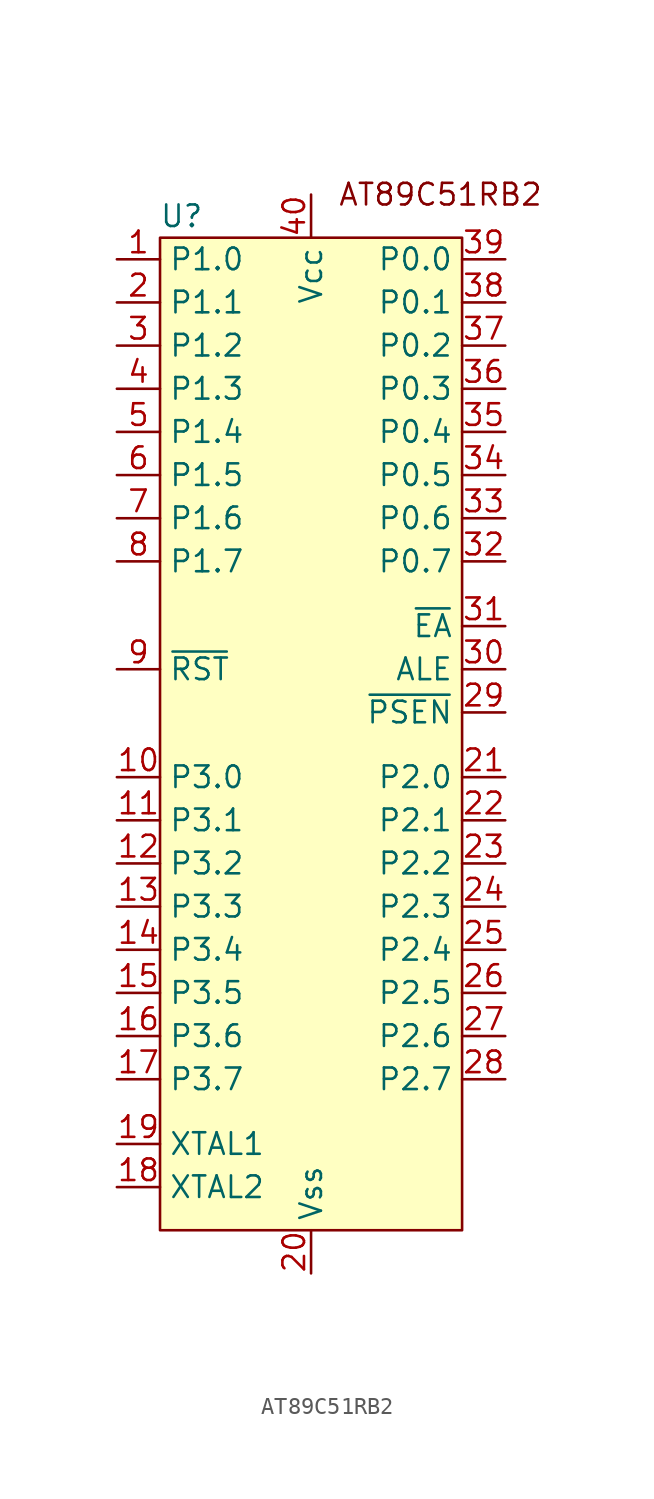
<source format=kicad_sym>
(kicad_symbol_lib
  (version 20220914)
  (generator kicad_symbol_editor)
  (symbol "AT89C51RB2"
    (property "Reference" "U"
      (at -6.35 27.94 0)
      (effects (font (size 1.27 1.27))))
    (property "Value" ""
      (at -3.81 20.32 0)
      (effects (font (size 1.27 1.27))))
    (symbol "AT89C51RB2_1_1"
      (rectangle (start -7.62 26.67) (end 10.16 -31.75) (stroke (width 0) (type default)) (fill (type background)))
      (text "AT89C51RB2" (at 8.89 29.21 0) (effects (font (size 1.27 1.27))))
      (pin bidirectional line (at -10.16 25.4 0) (length 2.54) (name "P1.0" (effects (font (size 1.27 1.27)))) (number "1" (effects (font (size 1.27 1.27)))) (alternate "T2" bidirectional line))
      (pin bidirectional line (at -10.16 -5.08 0) (length 2.54) (name "P3.0" (effects (font (size 1.27 1.27)))) (number "10" (effects (font (size 1.27 1.27)))) (alternate "RxD" input line))
      (pin bidirectional line (at -10.16 -7.62 0) (length 2.54) (name "P3.1" (effects (font (size 1.27 1.27)))) (number "11" (effects (font (size 1.27 1.27)))) (alternate "TxD" output line))
      (pin bidirectional line (at -10.16 -10.16 0) (length 2.54) (name "P3.2" (effects (font (size 1.27 1.27)))) (number "12" (effects (font (size 1.27 1.27)))) (alternate "~{INT0}" input line))
      (pin bidirectional line (at -10.16 -12.7 0) (length 2.54) (name "P3.3" (effects (font (size 1.27 1.27)))) (number "13" (effects (font (size 1.27 1.27)))) (alternate "~{INT1}" input line))
      (pin bidirectional line (at -10.16 -15.24 0) (length 2.54) (name "P3.4" (effects (font (size 1.27 1.27)))) (number "14" (effects (font (size 1.27 1.27)))) (alternate "T0" bidirectional line))
      (pin bidirectional line (at -10.16 -17.78 0) (length 2.54) (name "P3.5" (effects (font (size 1.27 1.27)))) (number "15" (effects (font (size 1.27 1.27)))) (alternate "T1" bidirectional line))
      (pin bidirectional line (at -10.16 -20.32 0) (length 2.54) (name "P3.6" (effects (font (size 1.27 1.27)))) (number "16" (effects (font (size 1.27 1.27)))) (alternate "~{WR}" output line))
      (pin bidirectional line (at -10.16 -22.86 0) (length 2.54) (name "P3.7" (effects (font (size 1.27 1.27)))) (number "17" (effects (font (size 1.27 1.27)))) (alternate "~{RD}" output line))
      (pin input line (at -10.16 -29.21 0) (length 2.54) (name "XTAL2" (effects (font (size 1.27 1.27)))) (number "18" (effects (font (size 1.27 1.27)))))
      (pin input line (at -10.16 -26.67 0) (length 2.54) (name "XTAL1" (effects (font (size 1.27 1.27)))) (number "19" (effects (font (size 1.27 1.27)))))
      (pin bidirectional line (at -10.16 22.86 0) (length 2.54) (name "P1.1" (effects (font (size 1.27 1.27)))) (number "2" (effects (font (size 1.27 1.27)))) (alternate "SS" bidirectional line) (alternate "T2EX" bidirectional line))
      (pin power_in line (at 1.27 -34.29 90) (length 2.54) (name "Vss" (effects (font (size 1.27 1.27)))) (number "20" (effects (font (size 1.27 1.27)))))
      (pin bidirectional line (at 12.7 -5.08 180) (length 2.54) (name "P2.0" (effects (font (size 1.27 1.27)))) (number "21" (effects (font (size 1.27 1.27)))) (alternate "A8" output line))
      (pin bidirectional line (at 12.7 -7.62 180) (length 2.54) (name "P2.1" (effects (font (size 1.27 1.27)))) (number "22" (effects (font (size 1.27 1.27)))) (alternate "A9" output line))
      (pin bidirectional line (at 12.7 -10.16 180) (length 2.54) (name "P2.2" (effects (font (size 1.27 1.27)))) (number "23" (effects (font (size 1.27 1.27)))) (alternate "A10" output line))
      (pin bidirectional line (at 12.7 -12.7 180) (length 2.54) (name "P2.3" (effects (font (size 1.27 1.27)))) (number "24" (effects (font (size 1.27 1.27)))) (alternate "A11" output line))
      (pin bidirectional line (at 12.7 -15.24 180) (length 2.54) (name "P2.4" (effects (font (size 1.27 1.27)))) (number "25" (effects (font (size 1.27 1.27)))) (alternate "A12" output line))
      (pin bidirectional line (at 12.7 -17.78 180) (length 2.54) (name "P2.5" (effects (font (size 1.27 1.27)))) (number "26" (effects (font (size 1.27 1.27)))) (alternate "A13" output line))
      (pin bidirectional line (at 12.7 -20.32 180) (length 2.54) (name "P2.6" (effects (font (size 1.27 1.27)))) (number "27" (effects (font (size 1.27 1.27)))) (alternate "A14" output line))
      (pin bidirectional line (at 12.7 -22.86 180) (length 2.54) (name "P2.7" (effects (font (size 1.27 1.27)))) (number "28" (effects (font (size 1.27 1.27)))) (alternate "A15" output line))
      (pin input line (at 12.7 -1.27 180) (length 2.54) (name "~{PSEN}" (effects (font (size 1.27 1.27)))) (number "29" (effects (font (size 1.27 1.27)))))
      (pin bidirectional line (at -10.16 20.32 0) (length 2.54) (name "P1.2" (effects (font (size 1.27 1.27)))) (number "3" (effects (font (size 1.27 1.27)))) (alternate "ECI" bidirectional line))
      (pin output line (at 12.7 1.27 180) (length 2.54) (name "ALE" (effects (font (size 1.27 1.27)))) (number "30" (effects (font (size 1.27 1.27)))) (alternate "~{PROG}" input line))
      (pin input line (at 12.7 3.81 180) (length 2.54) (name "~{EA}" (effects (font (size 1.27 1.27)))) (number "31" (effects (font (size 1.27 1.27)))))
      (pin bidirectional line (at 12.7 7.62 180) (length 2.54) (name "P0.7" (effects (font (size 1.27 1.27)))) (number "32" (effects (font (size 1.27 1.27)))) (alternate "AD7" output line))
      (pin bidirectional line (at 12.7 10.16 180) (length 2.54) (name "P0.6" (effects (font (size 1.27 1.27)))) (number "33" (effects (font (size 1.27 1.27)))) (alternate "AD6" output line))
      (pin bidirectional line (at 12.7 12.7 180) (length 2.54) (name "P0.5" (effects (font (size 1.27 1.27)))) (number "34" (effects (font (size 1.27 1.27)))) (alternate "AD5" output line))
      (pin bidirectional line (at 12.7 15.24 180) (length 2.54) (name "P0.4" (effects (font (size 1.27 1.27)))) (number "35" (effects (font (size 1.27 1.27)))) (alternate "AD4" output line))
      (pin bidirectional line (at 12.7 17.78 180) (length 2.54) (name "P0.3" (effects (font (size 1.27 1.27)))) (number "36" (effects (font (size 1.27 1.27)))) (alternate "AD3" output line))
      (pin bidirectional line (at 12.7 20.32 180) (length 2.54) (name "P0.2" (effects (font (size 1.27 1.27)))) (number "37" (effects (font (size 1.27 1.27)))) (alternate "AD2" output line))
      (pin bidirectional line (at 12.7 22.86 180) (length 2.54) (name "P0.1" (effects (font (size 1.27 1.27)))) (number "38" (effects (font (size 1.27 1.27)))) (alternate "AD1" output line))
      (pin bidirectional line (at 12.7 25.4 180) (length 2.54) (name "P0.0" (effects (font (size 1.27 1.27)))) (number "39" (effects (font (size 1.27 1.27)))) (alternate "AD0" output line))
      (pin bidirectional line (at -10.16 17.78 0) (length 2.54) (name "P1.3" (effects (font (size 1.27 1.27)))) (number "4" (effects (font (size 1.27 1.27)))) (alternate "CEX0" bidirectional line))
      (pin power_in line (at 1.27 29.21 270) (length 2.54) (name "Vcc" (effects (font (size 1.27 1.27)))) (number "40" (effects (font (size 1.27 1.27)))))
      (pin bidirectional line (at -10.16 15.24 0) (length 2.54) (name "P1.4" (effects (font (size 1.27 1.27)))) (number "5" (effects (font (size 1.27 1.27)))) (alternate "CEX1" bidirectional line))
      (pin bidirectional line (at -10.16 12.7 0) (length 2.54) (name "P1.5" (effects (font (size 1.27 1.27)))) (number "6" (effects (font (size 1.27 1.27)))) (alternate "CEX2" bidirectional line) (alternate "MISO" input line))
      (pin bidirectional line (at -10.16 10.16 0) (length 2.54) (name "P1.6" (effects (font (size 1.27 1.27)))) (number "7" (effects (font (size 1.27 1.27)))) (alternate "CEX3" bidirectional line) (alternate "SCK" output line))
      (pin bidirectional line (at -10.16 7.62 0) (length 2.54) (name "P1.7" (effects (font (size 1.27 1.27)))) (number "8" (effects (font (size 1.27 1.27)))) (alternate "CEX4" bidirectional line) (alternate "MOSI" output line))
      (pin input line (at -10.16 1.27 0) (length 2.54) (name "~{RST}" (effects (font (size 1.27 1.27)))) (number "9" (effects (font (size 1.27 1.27))))))))
</source>
